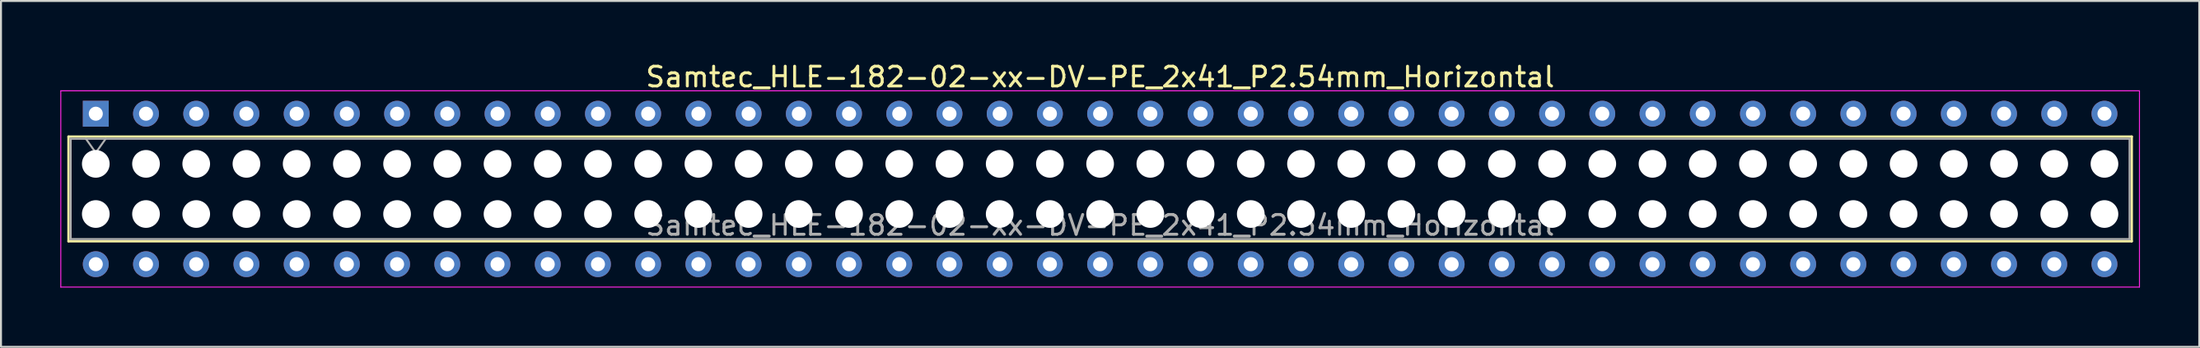
<source format=kicad_pcb>
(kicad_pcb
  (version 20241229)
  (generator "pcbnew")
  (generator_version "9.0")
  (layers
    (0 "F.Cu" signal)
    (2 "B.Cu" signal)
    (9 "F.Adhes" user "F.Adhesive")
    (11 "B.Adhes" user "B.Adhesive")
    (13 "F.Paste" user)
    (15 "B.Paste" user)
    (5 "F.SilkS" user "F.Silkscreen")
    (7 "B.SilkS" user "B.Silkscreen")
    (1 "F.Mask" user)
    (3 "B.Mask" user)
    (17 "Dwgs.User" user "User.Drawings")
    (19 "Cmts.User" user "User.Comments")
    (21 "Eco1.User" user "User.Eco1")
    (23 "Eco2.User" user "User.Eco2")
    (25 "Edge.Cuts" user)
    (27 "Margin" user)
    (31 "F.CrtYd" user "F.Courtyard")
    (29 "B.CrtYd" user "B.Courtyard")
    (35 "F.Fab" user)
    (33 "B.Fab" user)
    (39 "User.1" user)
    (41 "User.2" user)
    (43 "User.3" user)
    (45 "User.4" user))
  (footprint "Samtec_HLE-182-02-xx-DV-PE_2x41_P2.54mm_Horizontal"
    (layer "F.Cu")
    (at 1.795 2.708)
    (property "Reference" "Samtec_HLE-182-02-xx-DV-PE_2x41_P2.54mm_Horizontal" (at 50.8 -1.86 0) (layer "F.SilkS") (effects (font (size 1 1) (thickness 0.15))))
    (attr through_hole)
    (fp_line (start -1.38 1.16) (end 102.98 1.16) (stroke (width 0.12) (type solid)) (layer "F.SilkS"))
    (fp_line (start -1.38 6.46) (end -1.38 1.16) (stroke (width 0.12) (type solid)) (layer "F.SilkS"))
    (fp_line (start 102.98 1.16) (end 102.98 6.46) (stroke (width 0.12) (type solid)) (layer "F.SilkS"))
    (fp_line (start 102.98 6.46) (end -1.38 6.46) (stroke (width 0.12) (type solid)) (layer "F.SilkS"))
    (fp_line (start -1.77 -1.16) (end 103.37 -1.16) (stroke (width 0.05) (type solid)) (layer "F.CrtYd"))
    (fp_line (start -1.77 8.78) (end -1.77 -1.16) (stroke (width 0.05) (type solid)) (layer "F.CrtYd"))
    (fp_line (start 103.37 -1.16) (end 103.37 8.78) (stroke (width 0.05) (type solid)) (layer "F.CrtYd"))
    (fp_line (start 103.37 8.78) (end -1.77 8.78) (stroke (width 0.05) (type solid)) (layer "F.CrtYd"))
    (fp_line (start -1.27 1.27) (end 102.87 1.27) (stroke (width 0.1) (type solid)) (layer "F.Fab"))
    (fp_line (start -1.27 6.35) (end -1.27 1.27) (stroke (width 0.1) (type solid)) (layer "F.Fab"))
    (fp_line (start -0.5 1.27) (end 0 1.977) (stroke (width 0.1) (type solid)) (layer "F.Fab"))
    (fp_line (start 0 1.977) (end 0.5 1.27) (stroke (width 0.1) (type solid)) (layer "F.Fab"))
    (fp_line (start 102.87 1.27) (end 102.87 6.35) (stroke (width 0.1) (type solid)) (layer "F.Fab"))
    (fp_line (start 102.87 6.35) (end -1.27 6.35) (stroke (width 0.1) (type solid)) (layer "F.Fab"))
    (fp_text user "${REFERENCE}" (at 50.8 5.65 0) (layer "F.Fab") (effects (font (size 1 1) (thickness 0.15))))
    (pad "" np_thru_hole circle (at 0 2.54) (size 1.4 1.4) (drill 1.4) (layers "*.Cu" "*.Mask"))
    (pad "" np_thru_hole circle (at 0 5.08) (size 1.4 1.4) (drill 1.4) (layers "*.Cu" "*.Mask"))
    (pad "" np_thru_hole circle (at 2.54 2.54) (size 1.4 1.4) (drill 1.4) (layers "*.Cu" "*.Mask"))
    (pad "" np_thru_hole circle (at 2.54 5.08) (size 1.4 1.4) (drill 1.4) (layers "*.Cu" "*.Mask"))
    (pad "" np_thru_hole circle (at 5.08 2.54) (size 1.4 1.4) (drill 1.4) (layers "*.Cu" "*.Mask"))
    (pad "" np_thru_hole circle (at 5.08 5.08) (size 1.4 1.4) (drill 1.4) (layers "*.Cu" "*.Mask"))
    (pad "" np_thru_hole circle (at 7.62 2.54) (size 1.4 1.4) (drill 1.4) (layers "*.Cu" "*.Mask"))
    (pad "" np_thru_hole circle (at 7.62 5.08) (size 1.4 1.4) (drill 1.4) (layers "*.Cu" "*.Mask"))
    (pad "" np_thru_hole circle (at 10.16 2.54) (size 1.4 1.4) (drill 1.4) (layers "*.Cu" "*.Mask"))
    (pad "" np_thru_hole circle (at 10.16 5.08) (size 1.4 1.4) (drill 1.4) (layers "*.Cu" "*.Mask"))
    (pad "" np_thru_hole circle (at 12.7 2.54) (size 1.4 1.4) (drill 1.4) (layers "*.Cu" "*.Mask"))
    (pad "" np_thru_hole circle (at 12.7 5.08) (size 1.4 1.4) (drill 1.4) (layers "*.Cu" "*.Mask"))
    (pad "" np_thru_hole circle (at 15.24 2.54) (size 1.4 1.4) (drill 1.4) (layers "*.Cu" "*.Mask"))
    (pad "" np_thru_hole circle (at 15.24 5.08) (size 1.4 1.4) (drill 1.4) (layers "*.Cu" "*.Mask"))
    (pad "" np_thru_hole circle (at 17.78 2.54) (size 1.4 1.4) (drill 1.4) (layers "*.Cu" "*.Mask"))
    (pad "" np_thru_hole circle (at 17.78 5.08) (size 1.4 1.4) (drill 1.4) (layers "*.Cu" "*.Mask"))
    (pad "" np_thru_hole circle (at 20.32 2.54) (size 1.4 1.4) (drill 1.4) (layers "*.Cu" "*.Mask"))
    (pad "" np_thru_hole circle (at 20.32 5.08) (size 1.4 1.4) (drill 1.4) (layers "*.Cu" "*.Mask"))
    (pad "" np_thru_hole circle (at 22.86 2.54) (size 1.4 1.4) (drill 1.4) (layers "*.Cu" "*.Mask"))
    (pad "" np_thru_hole circle (at 22.86 5.08) (size 1.4 1.4) (drill 1.4) (layers "*.Cu" "*.Mask"))
    (pad "" np_thru_hole circle (at 25.4 2.54) (size 1.4 1.4) (drill 1.4) (layers "*.Cu" "*.Mask"))
    (pad "" np_thru_hole circle (at 25.4 5.08) (size 1.4 1.4) (drill 1.4) (layers "*.Cu" "*.Mask"))
    (pad "" np_thru_hole circle (at 27.94 2.54) (size 1.4 1.4) (drill 1.4) (layers "*.Cu" "*.Mask"))
    (pad "" np_thru_hole circle (at 27.94 5.08) (size 1.4 1.4) (drill 1.4) (layers "*.Cu" "*.Mask"))
    (pad "" np_thru_hole circle (at 30.48 2.54) (size 1.4 1.4) (drill 1.4) (layers "*.Cu" "*.Mask"))
    (pad "" np_thru_hole circle (at 30.48 5.08) (size 1.4 1.4) (drill 1.4) (layers "*.Cu" "*.Mask"))
    (pad "" np_thru_hole circle (at 33.02 2.54) (size 1.4 1.4) (drill 1.4) (layers "*.Cu" "*.Mask"))
    (pad "" np_thru_hole circle (at 33.02 5.08) (size 1.4 1.4) (drill 1.4) (layers "*.Cu" "*.Mask"))
    (pad "" np_thru_hole circle (at 35.56 2.54) (size 1.4 1.4) (drill 1.4) (layers "*.Cu" "*.Mask"))
    (pad "" np_thru_hole circle (at 35.56 5.08) (size 1.4 1.4) (drill 1.4) (layers "*.Cu" "*.Mask"))
    (pad "" np_thru_hole circle (at 38.1 2.54) (size 1.4 1.4) (drill 1.4) (layers "*.Cu" "*.Mask"))
    (pad "" np_thru_hole circle (at 38.1 5.08) (size 1.4 1.4) (drill 1.4) (layers "*.Cu" "*.Mask"))
    (pad "" np_thru_hole circle (at 40.64 2.54) (size 1.4 1.4) (drill 1.4) (layers "*.Cu" "*.Mask"))
    (pad "" np_thru_hole circle (at 40.64 5.08) (size 1.4 1.4) (drill 1.4) (layers "*.Cu" "*.Mask"))
    (pad "" np_thru_hole circle (at 43.18 2.54) (size 1.4 1.4) (drill 1.4) (layers "*.Cu" "*.Mask"))
    (pad "" np_thru_hole circle (at 43.18 5.08) (size 1.4 1.4) (drill 1.4) (layers "*.Cu" "*.Mask"))
    (pad "" np_thru_hole circle (at 45.72 2.54) (size 1.4 1.4) (drill 1.4) (layers "*.Cu" "*.Mask"))
    (pad "" np_thru_hole circle (at 45.72 5.08) (size 1.4 1.4) (drill 1.4) (layers "*.Cu" "*.Mask"))
    (pad "" np_thru_hole circle (at 48.26 2.54) (size 1.4 1.4) (drill 1.4) (layers "*.Cu" "*.Mask"))
    (pad "" np_thru_hole circle (at 48.26 5.08) (size 1.4 1.4) (drill 1.4) (layers "*.Cu" "*.Mask"))
    (pad "" np_thru_hole circle (at 50.8 2.54) (size 1.4 1.4) (drill 1.4) (layers "*.Cu" "*.Mask"))
    (pad "" np_thru_hole circle (at 50.8 5.08) (size 1.4 1.4) (drill 1.4) (layers "*.Cu" "*.Mask"))
    (pad "" np_thru_hole circle (at 53.34 2.54) (size 1.4 1.4) (drill 1.4) (layers "*.Cu" "*.Mask"))
    (pad "" np_thru_hole circle (at 53.34 5.08) (size 1.4 1.4) (drill 1.4) (layers "*.Cu" "*.Mask"))
    (pad "" np_thru_hole circle (at 55.88 2.54) (size 1.4 1.4) (drill 1.4) (layers "*.Cu" "*.Mask"))
    (pad "" np_thru_hole circle (at 55.88 5.08) (size 1.4 1.4) (drill 1.4) (layers "*.Cu" "*.Mask"))
    (pad "" np_thru_hole circle (at 58.42 2.54) (size 1.4 1.4) (drill 1.4) (layers "*.Cu" "*.Mask"))
    (pad "" np_thru_hole circle (at 58.42 5.08) (size 1.4 1.4) (drill 1.4) (layers "*.Cu" "*.Mask"))
    (pad "" np_thru_hole circle (at 60.96 2.54) (size 1.4 1.4) (drill 1.4) (layers "*.Cu" "*.Mask"))
    (pad "" np_thru_hole circle (at 60.96 5.08) (size 1.4 1.4) (drill 1.4) (layers "*.Cu" "*.Mask"))
    (pad "" np_thru_hole circle (at 63.5 2.54) (size 1.4 1.4) (drill 1.4) (layers "*.Cu" "*.Mask"))
    (pad "" np_thru_hole circle (at 63.5 5.08) (size 1.4 1.4) (drill 1.4) (layers "*.Cu" "*.Mask"))
    (pad "" np_thru_hole circle (at 66.04 2.54) (size 1.4 1.4) (drill 1.4) (layers "*.Cu" "*.Mask"))
    (pad "" np_thru_hole circle (at 66.04 5.08) (size 1.4 1.4) (drill 1.4) (layers "*.Cu" "*.Mask"))
    (pad "" np_thru_hole circle (at 68.58 2.54) (size 1.4 1.4) (drill 1.4) (layers "*.Cu" "*.Mask"))
    (pad "" np_thru_hole circle (at 68.58 5.08) (size 1.4 1.4) (drill 1.4) (layers "*.Cu" "*.Mask"))
    (pad "" np_thru_hole circle (at 71.12 2.54) (size 1.4 1.4) (drill 1.4) (layers "*.Cu" "*.Mask"))
    (pad "" np_thru_hole circle (at 71.12 5.08) (size 1.4 1.4) (drill 1.4) (layers "*.Cu" "*.Mask"))
    (pad "" np_thru_hole circle (at 73.66 2.54) (size 1.4 1.4) (drill 1.4) (layers "*.Cu" "*.Mask"))
    (pad "" np_thru_hole circle (at 73.66 5.08) (size 1.4 1.4) (drill 1.4) (layers "*.Cu" "*.Mask"))
    (pad "" np_thru_hole circle (at 76.2 2.54) (size 1.4 1.4) (drill 1.4) (layers "*.Cu" "*.Mask"))
    (pad "" np_thru_hole circle (at 76.2 5.08) (size 1.4 1.4) (drill 1.4) (layers "*.Cu" "*.Mask"))
    (pad "" np_thru_hole circle (at 78.74 2.54) (size 1.4 1.4) (drill 1.4) (layers "*.Cu" "*.Mask"))
    (pad "" np_thru_hole circle (at 78.74 5.08) (size 1.4 1.4) (drill 1.4) (layers "*.Cu" "*.Mask"))
    (pad "" np_thru_hole circle (at 81.28 2.54) (size 1.4 1.4) (drill 1.4) (layers "*.Cu" "*.Mask"))
    (pad "" np_thru_hole circle (at 81.28 5.08) (size 1.4 1.4) (drill 1.4) (layers "*.Cu" "*.Mask"))
    (pad "" np_thru_hole circle (at 83.82 2.54) (size 1.4 1.4) (drill 1.4) (layers "*.Cu" "*.Mask"))
    (pad "" np_thru_hole circle (at 83.82 5.08) (size 1.4 1.4) (drill 1.4) (layers "*.Cu" "*.Mask"))
    (pad "" np_thru_hole circle (at 86.36 2.54) (size 1.4 1.4) (drill 1.4) (layers "*.Cu" "*.Mask"))
    (pad "" np_thru_hole circle (at 86.36 5.08) (size 1.4 1.4) (drill 1.4) (layers "*.Cu" "*.Mask"))
    (pad "" np_thru_hole circle (at 88.9 2.54) (size 1.4 1.4) (drill 1.4) (layers "*.Cu" "*.Mask"))
    (pad "" np_thru_hole circle (at 88.9 5.08) (size 1.4 1.4) (drill 1.4) (layers "*.Cu" "*.Mask"))
    (pad "" np_thru_hole circle (at 91.44 2.54) (size 1.4 1.4) (drill 1.4) (layers "*.Cu" "*.Mask"))
    (pad "" np_thru_hole circle (at 91.44 5.08) (size 1.4 1.4) (drill 1.4) (layers "*.Cu" "*.Mask"))
    (pad "" np_thru_hole circle (at 93.98 2.54) (size 1.4 1.4) (drill 1.4) (layers "*.Cu" "*.Mask"))
    (pad "" np_thru_hole circle (at 93.98 5.08) (size 1.4 1.4) (drill 1.4) (layers "*.Cu" "*.Mask"))
    (pad "" np_thru_hole circle (at 96.52 2.54) (size 1.4 1.4) (drill 1.4) (layers "*.Cu" "*.Mask"))
    (pad "" np_thru_hole circle (at 96.52 5.08) (size 1.4 1.4) (drill 1.4) (layers "*.Cu" "*.Mask"))
    (pad "" np_thru_hole circle (at 99.06 2.54) (size 1.4 1.4) (drill 1.4) (layers "*.Cu" "*.Mask"))
    (pad "" np_thru_hole circle (at 99.06 5.08) (size 1.4 1.4) (drill 1.4) (layers "*.Cu" "*.Mask"))
    (pad "" np_thru_hole circle (at 101.6 2.54) (size 1.4 1.4) (drill 1.4) (layers "*.Cu" "*.Mask"))
    (pad "" np_thru_hole circle (at 101.6 5.08) (size 1.4 1.4) (drill 1.4) (layers "*.Cu" "*.Mask"))
    (pad "1" thru_hole rect (at 0 0) (size 1.31 1.31) (drill 0.71) (layers "*.Cu" "*.Mask"))
    (pad "2" thru_hole circle (at 0 7.62) (size 1.31 1.31) (drill 0.71) (layers "*.Cu" "*.Mask"))
    (pad "3" thru_hole circle (at 2.54 0) (size 1.31 1.31) (drill 0.71) (layers "*.Cu" "*.Mask"))
    (pad "4" thru_hole circle (at 2.54 7.62) (size 1.31 1.31) (drill 0.71) (layers "*.Cu" "*.Mask"))
    (pad "5" thru_hole circle (at 5.08 0) (size 1.31 1.31) (drill 0.71) (layers "*.Cu" "*.Mask"))
    (pad "6" thru_hole circle (at 5.08 7.62) (size 1.31 1.31) (drill 0.71) (layers "*.Cu" "*.Mask"))
    (pad "7" thru_hole circle (at 7.62 0) (size 1.31 1.31) (drill 0.71) (layers "*.Cu" "*.Mask"))
    (pad "8" thru_hole circle (at 7.62 7.62) (size 1.31 1.31) (drill 0.71) (layers "*.Cu" "*.Mask"))
    (pad "9" thru_hole circle (at 10.16 0) (size 1.31 1.31) (drill 0.71) (layers "*.Cu" "*.Mask"))
    (pad "10" thru_hole circle (at 10.16 7.62) (size 1.31 1.31) (drill 0.71) (layers "*.Cu" "*.Mask"))
    (pad "11" thru_hole circle (at 12.7 0) (size 1.31 1.31) (drill 0.71) (layers "*.Cu" "*.Mask"))
    (pad "12" thru_hole circle (at 12.7 7.62) (size 1.31 1.31) (drill 0.71) (layers "*.Cu" "*.Mask"))
    (pad "13" thru_hole circle (at 15.24 0) (size 1.31 1.31) (drill 0.71) (layers "*.Cu" "*.Mask"))
    (pad "14" thru_hole circle (at 15.24 7.62) (size 1.31 1.31) (drill 0.71) (layers "*.Cu" "*.Mask"))
    (pad "15" thru_hole circle (at 17.78 0) (size 1.31 1.31) (drill 0.71) (layers "*.Cu" "*.Mask"))
    (pad "16" thru_hole circle (at 17.78 7.62) (size 1.31 1.31) (drill 0.71) (layers "*.Cu" "*.Mask"))
    (pad "17" thru_hole circle (at 20.32 0) (size 1.31 1.31) (drill 0.71) (layers "*.Cu" "*.Mask"))
    (pad "18" thru_hole circle (at 20.32 7.62) (size 1.31 1.31) (drill 0.71) (layers "*.Cu" "*.Mask"))
    (pad "19" thru_hole circle (at 22.86 0) (size 1.31 1.31) (drill 0.71) (layers "*.Cu" "*.Mask"))
    (pad "20" thru_hole circle (at 22.86 7.62) (size 1.31 1.31) (drill 0.71) (layers "*.Cu" "*.Mask"))
    (pad "21" thru_hole circle (at 25.4 0) (size 1.31 1.31) (drill 0.71) (layers "*.Cu" "*.Mask"))
    (pad "22" thru_hole circle (at 25.4 7.62) (size 1.31 1.31) (drill 0.71) (layers "*.Cu" "*.Mask"))
    (pad "23" thru_hole circle (at 27.94 0) (size 1.31 1.31) (drill 0.71) (layers "*.Cu" "*.Mask"))
    (pad "24" thru_hole circle (at 27.94 7.62) (size 1.31 1.31) (drill 0.71) (layers "*.Cu" "*.Mask"))
    (pad "25" thru_hole circle (at 30.48 0) (size 1.31 1.31) (drill 0.71) (layers "*.Cu" "*.Mask"))
    (pad "26" thru_hole circle (at 30.48 7.62) (size 1.31 1.31) (drill 0.71) (layers "*.Cu" "*.Mask"))
    (pad "27" thru_hole circle (at 33.02 0) (size 1.31 1.31) (drill 0.71) (layers "*.Cu" "*.Mask"))
    (pad "28" thru_hole circle (at 33.02 7.62) (size 1.31 1.31) (drill 0.71) (layers "*.Cu" "*.Mask"))
    (pad "29" thru_hole circle (at 35.56 0) (size 1.31 1.31) (drill 0.71) (layers "*.Cu" "*.Mask"))
    (pad "30" thru_hole circle (at 35.56 7.62) (size 1.31 1.31) (drill 0.71) (layers "*.Cu" "*.Mask"))
    (pad "31" thru_hole circle (at 38.1 0) (size 1.31 1.31) (drill 0.71) (layers "*.Cu" "*.Mask"))
    (pad "32" thru_hole circle (at 38.1 7.62) (size 1.31 1.31) (drill 0.71) (layers "*.Cu" "*.Mask"))
    (pad "33" thru_hole circle (at 40.64 0) (size 1.31 1.31) (drill 0.71) (layers "*.Cu" "*.Mask"))
    (pad "34" thru_hole circle (at 40.64 7.62) (size 1.31 1.31) (drill 0.71) (layers "*.Cu" "*.Mask"))
    (pad "35" thru_hole circle (at 43.18 0) (size 1.31 1.31) (drill 0.71) (layers "*.Cu" "*.Mask"))
    (pad "36" thru_hole circle (at 43.18 7.62) (size 1.31 1.31) (drill 0.71) (layers "*.Cu" "*.Mask"))
    (pad "37" thru_hole circle (at 45.72 0) (size 1.31 1.31) (drill 0.71) (layers "*.Cu" "*.Mask"))
    (pad "38" thru_hole circle (at 45.72 7.62) (size 1.31 1.31) (drill 0.71) (layers "*.Cu" "*.Mask"))
    (pad "39" thru_hole circle (at 48.26 0) (size 1.31 1.31) (drill 0.71) (layers "*.Cu" "*.Mask"))
    (pad "40" thru_hole circle (at 48.26 7.62) (size 1.31 1.31) (drill 0.71) (layers "*.Cu" "*.Mask"))
    (pad "41" thru_hole circle (at 50.8 0) (size 1.31 1.31) (drill 0.71) (layers "*.Cu" "*.Mask"))
    (pad "42" thru_hole circle (at 50.8 7.62) (size 1.31 1.31) (drill 0.71) (layers "*.Cu" "*.Mask"))
    (pad "43" thru_hole circle (at 53.34 0) (size 1.31 1.31) (drill 0.71) (layers "*.Cu" "*.Mask"))
    (pad "44" thru_hole circle (at 53.34 7.62) (size 1.31 1.31) (drill 0.71) (layers "*.Cu" "*.Mask"))
    (pad "45" thru_hole circle (at 55.88 0) (size 1.31 1.31) (drill 0.71) (layers "*.Cu" "*.Mask"))
    (pad "46" thru_hole circle (at 55.88 7.62) (size 1.31 1.31) (drill 0.71) (layers "*.Cu" "*.Mask"))
    (pad "47" thru_hole circle (at 58.42 0) (size 1.31 1.31) (drill 0.71) (layers "*.Cu" "*.Mask"))
    (pad "48" thru_hole circle (at 58.42 7.62) (size 1.31 1.31) (drill 0.71) (layers "*.Cu" "*.Mask"))
    (pad "49" thru_hole circle (at 60.96 0) (size 1.31 1.31) (drill 0.71) (layers "*.Cu" "*.Mask"))
    (pad "50" thru_hole circle (at 60.96 7.62) (size 1.31 1.31) (drill 0.71) (layers "*.Cu" "*.Mask"))
    (pad "51" thru_hole circle (at 63.5 0) (size 1.31 1.31) (drill 0.71) (layers "*.Cu" "*.Mask"))
    (pad "52" thru_hole circle (at 63.5 7.62) (size 1.31 1.31) (drill 0.71) (layers "*.Cu" "*.Mask"))
    (pad "53" thru_hole circle (at 66.04 0) (size 1.31 1.31) (drill 0.71) (layers "*.Cu" "*.Mask"))
    (pad "54" thru_hole circle (at 66.04 7.62) (size 1.31 1.31) (drill 0.71) (layers "*.Cu" "*.Mask"))
    (pad "55" thru_hole circle (at 68.58 0) (size 1.31 1.31) (drill 0.71) (layers "*.Cu" "*.Mask"))
    (pad "56" thru_hole circle (at 68.58 7.62) (size 1.31 1.31) (drill 0.71) (layers "*.Cu" "*.Mask"))
    (pad "57" thru_hole circle (at 71.12 0) (size 1.31 1.31) (drill 0.71) (layers "*.Cu" "*.Mask"))
    (pad "58" thru_hole circle (at 71.12 7.62) (size 1.31 1.31) (drill 0.71) (layers "*.Cu" "*.Mask"))
    (pad "59" thru_hole circle (at 73.66 0) (size 1.31 1.31) (drill 0.71) (layers "*.Cu" "*.Mask"))
    (pad "60" thru_hole circle (at 73.66 7.62) (size 1.31 1.31) (drill 0.71) (layers "*.Cu" "*.Mask"))
    (pad "61" thru_hole circle (at 76.2 0) (size 1.31 1.31) (drill 0.71) (layers "*.Cu" "*.Mask"))
    (pad "62" thru_hole circle (at 76.2 7.62) (size 1.31 1.31) (drill 0.71) (layers "*.Cu" "*.Mask"))
    (pad "63" thru_hole circle (at 78.74 0) (size 1.31 1.31) (drill 0.71) (layers "*.Cu" "*.Mask"))
    (pad "64" thru_hole circle (at 78.74 7.62) (size 1.31 1.31) (drill 0.71) (layers "*.Cu" "*.Mask"))
    (pad "65" thru_hole circle (at 81.28 0) (size 1.31 1.31) (drill 0.71) (layers "*.Cu" "*.Mask"))
    (pad "66" thru_hole circle (at 81.28 7.62) (size 1.31 1.31) (drill 0.71) (layers "*.Cu" "*.Mask"))
    (pad "67" thru_hole circle (at 83.82 0) (size 1.31 1.31) (drill 0.71) (layers "*.Cu" "*.Mask"))
    (pad "68" thru_hole circle (at 83.82 7.62) (size 1.31 1.31) (drill 0.71) (layers "*.Cu" "*.Mask"))
    (pad "69" thru_hole circle (at 86.36 0) (size 1.31 1.31) (drill 0.71) (layers "*.Cu" "*.Mask"))
    (pad "70" thru_hole circle (at 86.36 7.62) (size 1.31 1.31) (drill 0.71) (layers "*.Cu" "*.Mask"))
    (pad "71" thru_hole circle (at 88.9 0) (size 1.31 1.31) (drill 0.71) (layers "*.Cu" "*.Mask"))
    (pad "72" thru_hole circle (at 88.9 7.62) (size 1.31 1.31) (drill 0.71) (layers "*.Cu" "*.Mask"))
    (pad "73" thru_hole circle (at 91.44 0) (size 1.31 1.31) (drill 0.71) (layers "*.Cu" "*.Mask"))
    (pad "74" thru_hole circle (at 91.44 7.62) (size 1.31 1.31) (drill 0.71) (layers "*.Cu" "*.Mask"))
    (pad "75" thru_hole circle (at 93.98 0) (size 1.31 1.31) (drill 0.71) (layers "*.Cu" "*.Mask"))
    (pad "76" thru_hole circle (at 93.98 7.62) (size 1.31 1.31) (drill 0.71) (layers "*.Cu" "*.Mask"))
    (pad "77" thru_hole circle (at 96.52 0) (size 1.31 1.31) (drill 0.71) (layers "*.Cu" "*.Mask"))
    (pad "78" thru_hole circle (at 96.52 7.62) (size 1.31 1.31) (drill 0.71) (layers "*.Cu" "*.Mask"))
    (pad "79" thru_hole circle (at 99.06 0) (size 1.31 1.31) (drill 0.71) (layers "*.Cu" "*.Mask"))
    (pad "80" thru_hole circle (at 99.06 7.62) (size 1.31 1.31) (drill 0.71) (layers "*.Cu" "*.Mask"))
    (pad "81" thru_hole circle (at 101.6 0) (size 1.31 1.31) (drill 0.71) (layers "*.Cu" "*.Mask"))
    (pad "82" thru_hole circle (at 101.6 7.62) (size 1.31 1.31) (drill 0.71) (layers "*.Cu" "*.Mask")))
  (gr_rect
    (start -3 -3)
    (end 108.19 14.513)
    (stroke (width 0.1) (type default))
    (fill no)
    (layer "Edge.Cuts")))
</source>
